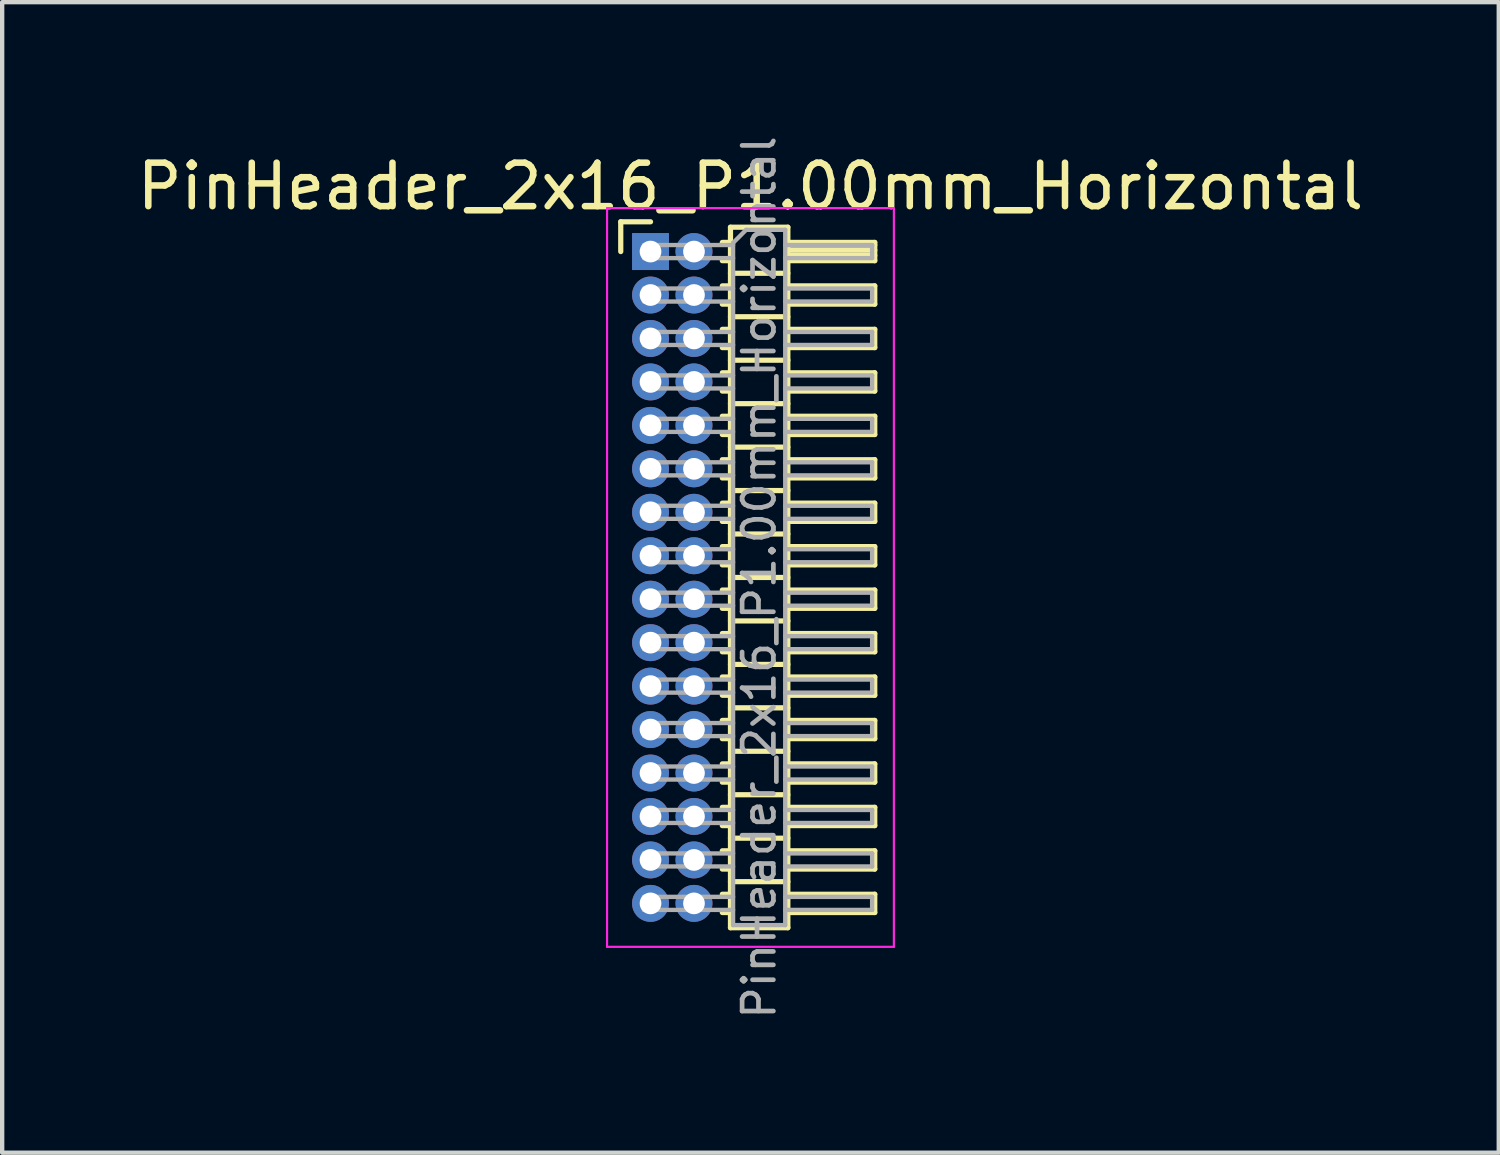
<source format=kicad_pcb>
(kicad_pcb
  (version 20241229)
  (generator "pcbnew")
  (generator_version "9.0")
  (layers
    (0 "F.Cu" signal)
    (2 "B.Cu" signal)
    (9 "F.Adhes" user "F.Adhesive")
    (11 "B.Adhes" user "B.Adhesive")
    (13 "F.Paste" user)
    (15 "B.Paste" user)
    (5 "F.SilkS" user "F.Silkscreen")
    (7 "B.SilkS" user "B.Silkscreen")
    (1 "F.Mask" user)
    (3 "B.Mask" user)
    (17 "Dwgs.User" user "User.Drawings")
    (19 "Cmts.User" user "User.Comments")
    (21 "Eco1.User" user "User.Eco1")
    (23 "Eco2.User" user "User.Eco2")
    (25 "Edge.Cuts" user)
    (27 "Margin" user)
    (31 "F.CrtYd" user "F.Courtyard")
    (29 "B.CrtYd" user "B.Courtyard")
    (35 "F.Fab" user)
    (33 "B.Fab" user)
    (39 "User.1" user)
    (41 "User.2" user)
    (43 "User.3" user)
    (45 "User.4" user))
  (footprint "PinHeader_2x16_P1.00mm_Horizontal"
    (layer "F.Cu")
    (at 11.92 2.739)
    (property "Reference" "PinHeader_2x16_P1.00mm_Horizontal" (at 2.3 -1.5 0) (layer "F.SilkS") (effects (font (size 1 1) (thickness 0.15))))
    (attr through_hole)
    (fp_line (start -0.685 -0.685) (end 0 -0.685) (stroke (width 0.12) (type solid)) (layer "F.SilkS"))
    (fp_line (start -0.685 0) (end -0.685 -0.685) (stroke (width 0.12) (type solid)) (layer "F.SilkS"))
    (fp_line (start 1.652 -0.21) (end 1.84 -0.21) (stroke (width 0.12) (type solid)) (layer "F.SilkS"))
    (fp_line (start 1.652 0.21) (end 1.84 0.21) (stroke (width 0.12) (type solid)) (layer "F.SilkS"))
    (fp_line (start 1.652 0.79) (end 1.84 0.79) (stroke (width 0.12) (type solid)) (layer "F.SilkS"))
    (fp_line (start 1.652 1.21) (end 1.84 1.21) (stroke (width 0.12) (type solid)) (layer "F.SilkS"))
    (fp_line (start 1.652 1.79) (end 1.84 1.79) (stroke (width 0.12) (type solid)) (layer "F.SilkS"))
    (fp_line (start 1.652 2.21) (end 1.84 2.21) (stroke (width 0.12) (type solid)) (layer "F.SilkS"))
    (fp_line (start 1.652 2.79) (end 1.84 2.79) (stroke (width 0.12) (type solid)) (layer "F.SilkS"))
    (fp_line (start 1.652 3.21) (end 1.84 3.21) (stroke (width 0.12) (type solid)) (layer "F.SilkS"))
    (fp_line (start 1.652 3.79) (end 1.84 3.79) (stroke (width 0.12) (type solid)) (layer "F.SilkS"))
    (fp_line (start 1.652 4.21) (end 1.84 4.21) (stroke (width 0.12) (type solid)) (layer "F.SilkS"))
    (fp_line (start 1.652 4.79) (end 1.84 4.79) (stroke (width 0.12) (type solid)) (layer "F.SilkS"))
    (fp_line (start 1.652 5.21) (end 1.84 5.21) (stroke (width 0.12) (type solid)) (layer "F.SilkS"))
    (fp_line (start 1.652 5.79) (end 1.84 5.79) (stroke (width 0.12) (type solid)) (layer "F.SilkS"))
    (fp_line (start 1.652 6.21) (end 1.84 6.21) (stroke (width 0.12) (type solid)) (layer "F.SilkS"))
    (fp_line (start 1.652 6.79) (end 1.84 6.79) (stroke (width 0.12) (type solid)) (layer "F.SilkS"))
    (fp_line (start 1.652 7.21) (end 1.84 7.21) (stroke (width 0.12) (type solid)) (layer "F.SilkS"))
    (fp_line (start 1.652 7.79) (end 1.84 7.79) (stroke (width 0.12) (type solid)) (layer "F.SilkS"))
    (fp_line (start 1.652 8.21) (end 1.84 8.21) (stroke (width 0.12) (type solid)) (layer "F.SilkS"))
    (fp_line (start 1.652 8.79) (end 1.84 8.79) (stroke (width 0.12) (type solid)) (layer "F.SilkS"))
    (fp_line (start 1.652 9.21) (end 1.84 9.21) (stroke (width 0.12) (type solid)) (layer "F.SilkS"))
    (fp_line (start 1.652 9.79) (end 1.84 9.79) (stroke (width 0.12) (type solid)) (layer "F.SilkS"))
    (fp_line (start 1.652 10.21) (end 1.84 10.21) (stroke (width 0.12) (type solid)) (layer "F.SilkS"))
    (fp_line (start 1.652 10.79) (end 1.84 10.79) (stroke (width 0.12) (type solid)) (layer "F.SilkS"))
    (fp_line (start 1.652 11.21) (end 1.84 11.21) (stroke (width 0.12) (type solid)) (layer "F.SilkS"))
    (fp_line (start 1.652 11.79) (end 1.84 11.79) (stroke (width 0.12) (type solid)) (layer "F.SilkS"))
    (fp_line (start 1.652 12.21) (end 1.84 12.21) (stroke (width 0.12) (type solid)) (layer "F.SilkS"))
    (fp_line (start 1.652 12.79) (end 1.84 12.79) (stroke (width 0.12) (type solid)) (layer "F.SilkS"))
    (fp_line (start 1.652 13.21) (end 1.84 13.21) (stroke (width 0.12) (type solid)) (layer "F.SilkS"))
    (fp_line (start 1.652 13.79) (end 1.84 13.79) (stroke (width 0.12) (type solid)) (layer "F.SilkS"))
    (fp_line (start 1.652 14.21) (end 1.84 14.21) (stroke (width 0.12) (type solid)) (layer "F.SilkS"))
    (fp_line (start 1.652 14.79) (end 1.84 14.79) (stroke (width 0.12) (type solid)) (layer "F.SilkS"))
    (fp_line (start 1.652 15.21) (end 1.84 15.21) (stroke (width 0.12) (type solid)) (layer "F.SilkS"))
    (fp_line (start 1.84 -0.56) (end 1.84 15.56) (stroke (width 0.12) (type solid)) (layer "F.SilkS"))
    (fp_line (start 1.84 0.5) (end 3.16 0.5) (stroke (width 0.12) (type solid)) (layer "F.SilkS"))
    (fp_line (start 1.84 1.5) (end 3.16 1.5) (stroke (width 0.12) (type solid)) (layer "F.SilkS"))
    (fp_line (start 1.84 2.5) (end 3.16 2.5) (stroke (width 0.12) (type solid)) (layer "F.SilkS"))
    (fp_line (start 1.84 3.5) (end 3.16 3.5) (stroke (width 0.12) (type solid)) (layer "F.SilkS"))
    (fp_line (start 1.84 4.5) (end 3.16 4.5) (stroke (width 0.12) (type solid)) (layer "F.SilkS"))
    (fp_line (start 1.84 5.5) (end 3.16 5.5) (stroke (width 0.12) (type solid)) (layer "F.SilkS"))
    (fp_line (start 1.84 6.5) (end 3.16 6.5) (stroke (width 0.12) (type solid)) (layer "F.SilkS"))
    (fp_line (start 1.84 7.5) (end 3.16 7.5) (stroke (width 0.12) (type solid)) (layer "F.SilkS"))
    (fp_line (start 1.84 8.5) (end 3.16 8.5) (stroke (width 0.12) (type solid)) (layer "F.SilkS"))
    (fp_line (start 1.84 9.5) (end 3.16 9.5) (stroke (width 0.12) (type solid)) (layer "F.SilkS"))
    (fp_line (start 1.84 10.5) (end 3.16 10.5) (stroke (width 0.12) (type solid)) (layer "F.SilkS"))
    (fp_line (start 1.84 11.5) (end 3.16 11.5) (stroke (width 0.12) (type solid)) (layer "F.SilkS"))
    (fp_line (start 1.84 12.5) (end 3.16 12.5) (stroke (width 0.12) (type solid)) (layer "F.SilkS"))
    (fp_line (start 1.84 13.5) (end 3.16 13.5) (stroke (width 0.12) (type solid)) (layer "F.SilkS"))
    (fp_line (start 1.84 14.5) (end 3.16 14.5) (stroke (width 0.12) (type solid)) (layer "F.SilkS"))
    (fp_line (start 1.84 15.56) (end 3.16 15.56) (stroke (width 0.12) (type solid)) (layer "F.SilkS"))
    (fp_line (start 3.16 -0.56) (end 1.84 -0.56) (stroke (width 0.12) (type solid)) (layer "F.SilkS"))
    (fp_line (start 3.16 -0.21) (end 5.16 -0.21) (stroke (width 0.12) (type solid)) (layer "F.SilkS"))
    (fp_line (start 3.16 -0.15) (end 5.16 -0.15) (stroke (width 0.12) (type solid)) (layer "F.SilkS"))
    (fp_line (start 3.16 -0.03) (end 5.16 -0.03) (stroke (width 0.12) (type solid)) (layer "F.SilkS"))
    (fp_line (start 3.16 0.09) (end 5.16 0.09) (stroke (width 0.12) (type solid)) (layer "F.SilkS"))
    (fp_line (start 3.16 0.79) (end 5.16 0.79) (stroke (width 0.12) (type solid)) (layer "F.SilkS"))
    (fp_line (start 3.16 1.79) (end 5.16 1.79) (stroke (width 0.12) (type solid)) (layer "F.SilkS"))
    (fp_line (start 3.16 2.79) (end 5.16 2.79) (stroke (width 0.12) (type solid)) (layer "F.SilkS"))
    (fp_line (start 3.16 3.79) (end 5.16 3.79) (stroke (width 0.12) (type solid)) (layer "F.SilkS"))
    (fp_line (start 3.16 4.79) (end 5.16 4.79) (stroke (width 0.12) (type solid)) (layer "F.SilkS"))
    (fp_line (start 3.16 5.79) (end 5.16 5.79) (stroke (width 0.12) (type solid)) (layer "F.SilkS"))
    (fp_line (start 3.16 6.79) (end 5.16 6.79) (stroke (width 0.12) (type solid)) (layer "F.SilkS"))
    (fp_line (start 3.16 7.79) (end 5.16 7.79) (stroke (width 0.12) (type solid)) (layer "F.SilkS"))
    (fp_line (start 3.16 8.79) (end 5.16 8.79) (stroke (width 0.12) (type solid)) (layer "F.SilkS"))
    (fp_line (start 3.16 9.79) (end 5.16 9.79) (stroke (width 0.12) (type solid)) (layer "F.SilkS"))
    (fp_line (start 3.16 10.79) (end 5.16 10.79) (stroke (width 0.12) (type solid)) (layer "F.SilkS"))
    (fp_line (start 3.16 11.79) (end 5.16 11.79) (stroke (width 0.12) (type solid)) (layer "F.SilkS"))
    (fp_line (start 3.16 12.79) (end 5.16 12.79) (stroke (width 0.12) (type solid)) (layer "F.SilkS"))
    (fp_line (start 3.16 13.79) (end 5.16 13.79) (stroke (width 0.12) (type solid)) (layer "F.SilkS"))
    (fp_line (start 3.16 14.79) (end 5.16 14.79) (stroke (width 0.12) (type solid)) (layer "F.SilkS"))
    (fp_line (start 3.16 15.56) (end 3.16 -0.56) (stroke (width 0.12) (type solid)) (layer "F.SilkS"))
    (fp_line (start 5.16 -0.21) (end 5.16 0.21) (stroke (width 0.12) (type solid)) (layer "F.SilkS"))
    (fp_line (start 5.16 0.21) (end 3.16 0.21) (stroke (width 0.12) (type solid)) (layer "F.SilkS"))
    (fp_line (start 5.16 0.79) (end 5.16 1.21) (stroke (width 0.12) (type solid)) (layer "F.SilkS"))
    (fp_line (start 5.16 1.21) (end 3.16 1.21) (stroke (width 0.12) (type solid)) (layer "F.SilkS"))
    (fp_line (start 5.16 1.79) (end 5.16 2.21) (stroke (width 0.12) (type solid)) (layer "F.SilkS"))
    (fp_line (start 5.16 2.21) (end 3.16 2.21) (stroke (width 0.12) (type solid)) (layer "F.SilkS"))
    (fp_line (start 5.16 2.79) (end 5.16 3.21) (stroke (width 0.12) (type solid)) (layer "F.SilkS"))
    (fp_line (start 5.16 3.21) (end 3.16 3.21) (stroke (width 0.12) (type solid)) (layer "F.SilkS"))
    (fp_line (start 5.16 3.79) (end 5.16 4.21) (stroke (width 0.12) (type solid)) (layer "F.SilkS"))
    (fp_line (start 5.16 4.21) (end 3.16 4.21) (stroke (width 0.12) (type solid)) (layer "F.SilkS"))
    (fp_line (start 5.16 4.79) (end 5.16 5.21) (stroke (width 0.12) (type solid)) (layer "F.SilkS"))
    (fp_line (start 5.16 5.21) (end 3.16 5.21) (stroke (width 0.12) (type solid)) (layer "F.SilkS"))
    (fp_line (start 5.16 5.79) (end 5.16 6.21) (stroke (width 0.12) (type solid)) (layer "F.SilkS"))
    (fp_line (start 5.16 6.21) (end 3.16 6.21) (stroke (width 0.12) (type solid)) (layer "F.SilkS"))
    (fp_line (start 5.16 6.79) (end 5.16 7.21) (stroke (width 0.12) (type solid)) (layer "F.SilkS"))
    (fp_line (start 5.16 7.21) (end 3.16 7.21) (stroke (width 0.12) (type solid)) (layer "F.SilkS"))
    (fp_line (start 5.16 7.79) (end 5.16 8.21) (stroke (width 0.12) (type solid)) (layer "F.SilkS"))
    (fp_line (start 5.16 8.21) (end 3.16 8.21) (stroke (width 0.12) (type solid)) (layer "F.SilkS"))
    (fp_line (start 5.16 8.79) (end 5.16 9.21) (stroke (width 0.12) (type solid)) (layer "F.SilkS"))
    (fp_line (start 5.16 9.21) (end 3.16 9.21) (stroke (width 0.12) (type solid)) (layer "F.SilkS"))
    (fp_line (start 5.16 9.79) (end 5.16 10.21) (stroke (width 0.12) (type solid)) (layer "F.SilkS"))
    (fp_line (start 5.16 10.21) (end 3.16 10.21) (stroke (width 0.12) (type solid)) (layer "F.SilkS"))
    (fp_line (start 5.16 10.79) (end 5.16 11.21) (stroke (width 0.12) (type solid)) (layer "F.SilkS"))
    (fp_line (start 5.16 11.21) (end 3.16 11.21) (stroke (width 0.12) (type solid)) (layer "F.SilkS"))
    (fp_line (start 5.16 11.79) (end 5.16 12.21) (stroke (width 0.12) (type solid)) (layer "F.SilkS"))
    (fp_line (start 5.16 12.21) (end 3.16 12.21) (stroke (width 0.12) (type solid)) (layer "F.SilkS"))
    (fp_line (start 5.16 12.79) (end 5.16 13.21) (stroke (width 0.12) (type solid)) (layer "F.SilkS"))
    (fp_line (start 5.16 13.21) (end 3.16 13.21) (stroke (width 0.12) (type solid)) (layer "F.SilkS"))
    (fp_line (start 5.16 13.79) (end 5.16 14.21) (stroke (width 0.12) (type solid)) (layer "F.SilkS"))
    (fp_line (start 5.16 14.21) (end 3.16 14.21) (stroke (width 0.12) (type solid)) (layer "F.SilkS"))
    (fp_line (start 5.16 14.79) (end 5.16 15.21) (stroke (width 0.12) (type solid)) (layer "F.SilkS"))
    (fp_line (start 5.16 15.21) (end 3.16 15.21) (stroke (width 0.12) (type solid)) (layer "F.SilkS"))
    (fp_line (start -1 -1) (end -1 16) (stroke (width 0.05) (type solid)) (layer "F.CrtYd"))
    (fp_line (start -1 16) (end 5.6 16) (stroke (width 0.05) (type solid)) (layer "F.CrtYd"))
    (fp_line (start 5.6 -1) (end -1 -1) (stroke (width 0.05) (type solid)) (layer "F.CrtYd"))
    (fp_line (start 5.6 16) (end 5.6 -1) (stroke (width 0.05) (type solid)) (layer "F.CrtYd"))
    (fp_line (start -0.15 -0.15) (end -0.15 0.15) (stroke (width 0.1) (type solid)) (layer "F.Fab"))
    (fp_line (start -0.15 -0.15) (end 1.9 -0.15) (stroke (width 0.1) (type solid)) (layer "F.Fab"))
    (fp_line (start -0.15 0.15) (end 1.9 0.15) (stroke (width 0.1) (type solid)) (layer "F.Fab"))
    (fp_line (start -0.15 0.85) (end -0.15 1.15) (stroke (width 0.1) (type solid)) (layer "F.Fab"))
    (fp_line (start -0.15 0.85) (end 1.9 0.85) (stroke (width 0.1) (type solid)) (layer "F.Fab"))
    (fp_line (start -0.15 1.15) (end 1.9 1.15) (stroke (width 0.1) (type solid)) (layer "F.Fab"))
    (fp_line (start -0.15 1.85) (end -0.15 2.15) (stroke (width 0.1) (type solid)) (layer "F.Fab"))
    (fp_line (start -0.15 1.85) (end 1.9 1.85) (stroke (width 0.1) (type solid)) (layer "F.Fab"))
    (fp_line (start -0.15 2.15) (end 1.9 2.15) (stroke (width 0.1) (type solid)) (layer "F.Fab"))
    (fp_line (start -0.15 2.85) (end -0.15 3.15) (stroke (width 0.1) (type solid)) (layer "F.Fab"))
    (fp_line (start -0.15 2.85) (end 1.9 2.85) (stroke (width 0.1) (type solid)) (layer "F.Fab"))
    (fp_line (start -0.15 3.15) (end 1.9 3.15) (stroke (width 0.1) (type solid)) (layer "F.Fab"))
    (fp_line (start -0.15 3.85) (end -0.15 4.15) (stroke (width 0.1) (type solid)) (layer "F.Fab"))
    (fp_line (start -0.15 3.85) (end 1.9 3.85) (stroke (width 0.1) (type solid)) (layer "F.Fab"))
    (fp_line (start -0.15 4.15) (end 1.9 4.15) (stroke (width 0.1) (type solid)) (layer "F.Fab"))
    (fp_line (start -0.15 4.85) (end -0.15 5.15) (stroke (width 0.1) (type solid)) (layer "F.Fab"))
    (fp_line (start -0.15 4.85) (end 1.9 4.85) (stroke (width 0.1) (type solid)) (layer "F.Fab"))
    (fp_line (start -0.15 5.15) (end 1.9 5.15) (stroke (width 0.1) (type solid)) (layer "F.Fab"))
    (fp_line (start -0.15 5.85) (end -0.15 6.15) (stroke (width 0.1) (type solid)) (layer "F.Fab"))
    (fp_line (start -0.15 5.85) (end 1.9 5.85) (stroke (width 0.1) (type solid)) (layer "F.Fab"))
    (fp_line (start -0.15 6.15) (end 1.9 6.15) (stroke (width 0.1) (type solid)) (layer "F.Fab"))
    (fp_line (start -0.15 6.85) (end -0.15 7.15) (stroke (width 0.1) (type solid)) (layer "F.Fab"))
    (fp_line (start -0.15 6.85) (end 1.9 6.85) (stroke (width 0.1) (type solid)) (layer "F.Fab"))
    (fp_line (start -0.15 7.15) (end 1.9 7.15) (stroke (width 0.1) (type solid)) (layer "F.Fab"))
    (fp_line (start -0.15 7.85) (end -0.15 8.15) (stroke (width 0.1) (type solid)) (layer "F.Fab"))
    (fp_line (start -0.15 7.85) (end 1.9 7.85) (stroke (width 0.1) (type solid)) (layer "F.Fab"))
    (fp_line (start -0.15 8.15) (end 1.9 8.15) (stroke (width 0.1) (type solid)) (layer "F.Fab"))
    (fp_line (start -0.15 8.85) (end -0.15 9.15) (stroke (width 0.1) (type solid)) (layer "F.Fab"))
    (fp_line (start -0.15 8.85) (end 1.9 8.85) (stroke (width 0.1) (type solid)) (layer "F.Fab"))
    (fp_line (start -0.15 9.15) (end 1.9 9.15) (stroke (width 0.1) (type solid)) (layer "F.Fab"))
    (fp_line (start -0.15 9.85) (end -0.15 10.15) (stroke (width 0.1) (type solid)) (layer "F.Fab"))
    (fp_line (start -0.15 9.85) (end 1.9 9.85) (stroke (width 0.1) (type solid)) (layer "F.Fab"))
    (fp_line (start -0.15 10.15) (end 1.9 10.15) (stroke (width 0.1) (type solid)) (layer "F.Fab"))
    (fp_line (start -0.15 10.85) (end -0.15 11.15) (stroke (width 0.1) (type solid)) (layer "F.Fab"))
    (fp_line (start -0.15 10.85) (end 1.9 10.85) (stroke (width 0.1) (type solid)) (layer "F.Fab"))
    (fp_line (start -0.15 11.15) (end 1.9 11.15) (stroke (width 0.1) (type solid)) (layer "F.Fab"))
    (fp_line (start -0.15 11.85) (end -0.15 12.15) (stroke (width 0.1) (type solid)) (layer "F.Fab"))
    (fp_line (start -0.15 11.85) (end 1.9 11.85) (stroke (width 0.1) (type solid)) (layer "F.Fab"))
    (fp_line (start -0.15 12.15) (end 1.9 12.15) (stroke (width 0.1) (type solid)) (layer "F.Fab"))
    (fp_line (start -0.15 12.85) (end -0.15 13.15) (stroke (width 0.1) (type solid)) (layer "F.Fab"))
    (fp_line (start -0.15 12.85) (end 1.9 12.85) (stroke (width 0.1) (type solid)) (layer "F.Fab"))
    (fp_line (start -0.15 13.15) (end 1.9 13.15) (stroke (width 0.1) (type solid)) (layer "F.Fab"))
    (fp_line (start -0.15 13.85) (end -0.15 14.15) (stroke (width 0.1) (type solid)) (layer "F.Fab"))
    (fp_line (start -0.15 13.85) (end 1.9 13.85) (stroke (width 0.1) (type solid)) (layer "F.Fab"))
    (fp_line (start -0.15 14.15) (end 1.9 14.15) (stroke (width 0.1) (type solid)) (layer "F.Fab"))
    (fp_line (start -0.15 14.85) (end -0.15 15.15) (stroke (width 0.1) (type solid)) (layer "F.Fab"))
    (fp_line (start -0.15 14.85) (end 1.9 14.85) (stroke (width 0.1) (type solid)) (layer "F.Fab"))
    (fp_line (start -0.15 15.15) (end 1.9 15.15) (stroke (width 0.1) (type solid)) (layer "F.Fab"))
    (fp_line (start 1.9 -0.2) (end 2.2 -0.5) (stroke (width 0.1) (type solid)) (layer "F.Fab"))
    (fp_line (start 1.9 15.5) (end 1.9 -0.2) (stroke (width 0.1) (type solid)) (layer "F.Fab"))
    (fp_line (start 2.2 -0.5) (end 3.1 -0.5) (stroke (width 0.1) (type solid)) (layer "F.Fab"))
    (fp_line (start 3.1 -0.5) (end 3.1 15.5) (stroke (width 0.1) (type solid)) (layer "F.Fab"))
    (fp_line (start 3.1 -0.15) (end 5.1 -0.15) (stroke (width 0.1) (type solid)) (layer "F.Fab"))
    (fp_line (start 3.1 0.15) (end 5.1 0.15) (stroke (width 0.1) (type solid)) (layer "F.Fab"))
    (fp_line (start 3.1 0.85) (end 5.1 0.85) (stroke (width 0.1) (type solid)) (layer "F.Fab"))
    (fp_line (start 3.1 1.15) (end 5.1 1.15) (stroke (width 0.1) (type solid)) (layer "F.Fab"))
    (fp_line (start 3.1 1.85) (end 5.1 1.85) (stroke (width 0.1) (type solid)) (layer "F.Fab"))
    (fp_line (start 3.1 2.15) (end 5.1 2.15) (stroke (width 0.1) (type solid)) (layer "F.Fab"))
    (fp_line (start 3.1 2.85) (end 5.1 2.85) (stroke (width 0.1) (type solid)) (layer "F.Fab"))
    (fp_line (start 3.1 3.15) (end 5.1 3.15) (stroke (width 0.1) (type solid)) (layer "F.Fab"))
    (fp_line (start 3.1 3.85) (end 5.1 3.85) (stroke (width 0.1) (type solid)) (layer "F.Fab"))
    (fp_line (start 3.1 4.15) (end 5.1 4.15) (stroke (width 0.1) (type solid)) (layer "F.Fab"))
    (fp_line (start 3.1 4.85) (end 5.1 4.85) (stroke (width 0.1) (type solid)) (layer "F.Fab"))
    (fp_line (start 3.1 5.15) (end 5.1 5.15) (stroke (width 0.1) (type solid)) (layer "F.Fab"))
    (fp_line (start 3.1 5.85) (end 5.1 5.85) (stroke (width 0.1) (type solid)) (layer "F.Fab"))
    (fp_line (start 3.1 6.15) (end 5.1 6.15) (stroke (width 0.1) (type solid)) (layer "F.Fab"))
    (fp_line (start 3.1 6.85) (end 5.1 6.85) (stroke (width 0.1) (type solid)) (layer "F.Fab"))
    (fp_line (start 3.1 7.15) (end 5.1 7.15) (stroke (width 0.1) (type solid)) (layer "F.Fab"))
    (fp_line (start 3.1 7.85) (end 5.1 7.85) (stroke (width 0.1) (type solid)) (layer "F.Fab"))
    (fp_line (start 3.1 8.15) (end 5.1 8.15) (stroke (width 0.1) (type solid)) (layer "F.Fab"))
    (fp_line (start 3.1 8.85) (end 5.1 8.85) (stroke (width 0.1) (type solid)) (layer "F.Fab"))
    (fp_line (start 3.1 9.15) (end 5.1 9.15) (stroke (width 0.1) (type solid)) (layer "F.Fab"))
    (fp_line (start 3.1 9.85) (end 5.1 9.85) (stroke (width 0.1) (type solid)) (layer "F.Fab"))
    (fp_line (start 3.1 10.15) (end 5.1 10.15) (stroke (width 0.1) (type solid)) (layer "F.Fab"))
    (fp_line (start 3.1 10.85) (end 5.1 10.85) (stroke (width 0.1) (type solid)) (layer "F.Fab"))
    (fp_line (start 3.1 11.15) (end 5.1 11.15) (stroke (width 0.1) (type solid)) (layer "F.Fab"))
    (fp_line (start 3.1 11.85) (end 5.1 11.85) (stroke (width 0.1) (type solid)) (layer "F.Fab"))
    (fp_line (start 3.1 12.15) (end 5.1 12.15) (stroke (width 0.1) (type solid)) (layer "F.Fab"))
    (fp_line (start 3.1 12.85) (end 5.1 12.85) (stroke (width 0.1) (type solid)) (layer "F.Fab"))
    (fp_line (start 3.1 13.15) (end 5.1 13.15) (stroke (width 0.1) (type solid)) (layer "F.Fab"))
    (fp_line (start 3.1 13.85) (end 5.1 13.85) (stroke (width 0.1) (type solid)) (layer "F.Fab"))
    (fp_line (start 3.1 14.15) (end 5.1 14.15) (stroke (width 0.1) (type solid)) (layer "F.Fab"))
    (fp_line (start 3.1 14.85) (end 5.1 14.85) (stroke (width 0.1) (type solid)) (layer "F.Fab"))
    (fp_line (start 3.1 15.15) (end 5.1 15.15) (stroke (width 0.1) (type solid)) (layer "F.Fab"))
    (fp_line (start 3.1 15.5) (end 1.9 15.5) (stroke (width 0.1) (type solid)) (layer "F.Fab"))
    (fp_line (start 5.1 -0.15) (end 5.1 0.15) (stroke (width 0.1) (type solid)) (layer "F.Fab"))
    (fp_line (start 5.1 0.85) (end 5.1 1.15) (stroke (width 0.1) (type solid)) (layer "F.Fab"))
    (fp_line (start 5.1 1.85) (end 5.1 2.15) (stroke (width 0.1) (type solid)) (layer "F.Fab"))
    (fp_line (start 5.1 2.85) (end 5.1 3.15) (stroke (width 0.1) (type solid)) (layer "F.Fab"))
    (fp_line (start 5.1 3.85) (end 5.1 4.15) (stroke (width 0.1) (type solid)) (layer "F.Fab"))
    (fp_line (start 5.1 4.85) (end 5.1 5.15) (stroke (width 0.1) (type solid)) (layer "F.Fab"))
    (fp_line (start 5.1 5.85) (end 5.1 6.15) (stroke (width 0.1) (type solid)) (layer "F.Fab"))
    (fp_line (start 5.1 6.85) (end 5.1 7.15) (stroke (width 0.1) (type solid)) (layer "F.Fab"))
    (fp_line (start 5.1 7.85) (end 5.1 8.15) (stroke (width 0.1) (type solid)) (layer "F.Fab"))
    (fp_line (start 5.1 8.85) (end 5.1 9.15) (stroke (width 0.1) (type solid)) (layer "F.Fab"))
    (fp_line (start 5.1 9.85) (end 5.1 10.15) (stroke (width 0.1) (type solid)) (layer "F.Fab"))
    (fp_line (start 5.1 10.85) (end 5.1 11.15) (stroke (width 0.1) (type solid)) (layer "F.Fab"))
    (fp_line (start 5.1 11.85) (end 5.1 12.15) (stroke (width 0.1) (type solid)) (layer "F.Fab"))
    (fp_line (start 5.1 12.85) (end 5.1 13.15) (stroke (width 0.1) (type solid)) (layer "F.Fab"))
    (fp_line (start 5.1 13.85) (end 5.1 14.15) (stroke (width 0.1) (type solid)) (layer "F.Fab"))
    (fp_line (start 5.1 14.85) (end 5.1 15.15) (stroke (width 0.1) (type solid)) (layer "F.Fab"))
    (fp_text user "${REFERENCE}" (at 2.5 7.5 90) (layer "F.Fab") (effects (font (size 0.72 0.72) (thickness 0.108))))
    (pad "1" thru_hole rect (at 0 0) (size 0.85 0.85) (drill 0.5) (layers "*.Cu" "*.Mask"))
    (pad "2" thru_hole oval (at 1 0) (size 0.85 0.85) (drill 0.5) (layers "*.Cu" "*.Mask"))
    (pad "3" thru_hole oval (at 0 1) (size 0.85 0.85) (drill 0.5) (layers "*.Cu" "*.Mask"))
    (pad "4" thru_hole oval (at 1 1) (size 0.85 0.85) (drill 0.5) (layers "*.Cu" "*.Mask"))
    (pad "5" thru_hole oval (at 0 2) (size 0.85 0.85) (drill 0.5) (layers "*.Cu" "*.Mask"))
    (pad "6" thru_hole oval (at 1 2) (size 0.85 0.85) (drill 0.5) (layers "*.Cu" "*.Mask"))
    (pad "7" thru_hole oval (at 0 3) (size 0.85 0.85) (drill 0.5) (layers "*.Cu" "*.Mask"))
    (pad "8" thru_hole oval (at 1 3) (size 0.85 0.85) (drill 0.5) (layers "*.Cu" "*.Mask"))
    (pad "9" thru_hole oval (at 0 4) (size 0.85 0.85) (drill 0.5) (layers "*.Cu" "*.Mask"))
    (pad "10" thru_hole oval (at 1 4) (size 0.85 0.85) (drill 0.5) (layers "*.Cu" "*.Mask"))
    (pad "11" thru_hole oval (at 0 5) (size 0.85 0.85) (drill 0.5) (layers "*.Cu" "*.Mask"))
    (pad "12" thru_hole oval (at 1 5) (size 0.85 0.85) (drill 0.5) (layers "*.Cu" "*.Mask"))
    (pad "13" thru_hole oval (at 0 6) (size 0.85 0.85) (drill 0.5) (layers "*.Cu" "*.Mask"))
    (pad "14" thru_hole oval (at 1 6) (size 0.85 0.85) (drill 0.5) (layers "*.Cu" "*.Mask"))
    (pad "15" thru_hole oval (at 0 7) (size 0.85 0.85) (drill 0.5) (layers "*.Cu" "*.Mask"))
    (pad "16" thru_hole oval (at 1 7) (size 0.85 0.85) (drill 0.5) (layers "*.Cu" "*.Mask"))
    (pad "17" thru_hole oval (at 0 8) (size 0.85 0.85) (drill 0.5) (layers "*.Cu" "*.Mask"))
    (pad "18" thru_hole oval (at 1 8) (size 0.85 0.85) (drill 0.5) (layers "*.Cu" "*.Mask"))
    (pad "19" thru_hole oval (at 0 9) (size 0.85 0.85) (drill 0.5) (layers "*.Cu" "*.Mask"))
    (pad "20" thru_hole oval (at 1 9) (size 0.85 0.85) (drill 0.5) (layers "*.Cu" "*.Mask"))
    (pad "21" thru_hole oval (at 0 10) (size 0.85 0.85) (drill 0.5) (layers "*.Cu" "*.Mask"))
    (pad "22" thru_hole oval (at 1 10) (size 0.85 0.85) (drill 0.5) (layers "*.Cu" "*.Mask"))
    (pad "23" thru_hole oval (at 0 11) (size 0.85 0.85) (drill 0.5) (layers "*.Cu" "*.Mask"))
    (pad "24" thru_hole oval (at 1 11) (size 0.85 0.85) (drill 0.5) (layers "*.Cu" "*.Mask"))
    (pad "25" thru_hole oval (at 0 12) (size 0.85 0.85) (drill 0.5) (layers "*.Cu" "*.Mask"))
    (pad "26" thru_hole oval (at 1 12) (size 0.85 0.85) (drill 0.5) (layers "*.Cu" "*.Mask"))
    (pad "27" thru_hole oval (at 0 13) (size 0.85 0.85) (drill 0.5) (layers "*.Cu" "*.Mask"))
    (pad "28" thru_hole oval (at 1 13) (size 0.85 0.85) (drill 0.5) (layers "*.Cu" "*.Mask"))
    (pad "29" thru_hole oval (at 0 14) (size 0.85 0.85) (drill 0.5) (layers "*.Cu" "*.Mask"))
    (pad "30" thru_hole oval (at 1 14) (size 0.85 0.85) (drill 0.5) (layers "*.Cu" "*.Mask"))
    (pad "31" thru_hole oval (at 0 15) (size 0.85 0.85) (drill 0.5) (layers "*.Cu" "*.Mask"))
    (pad "32" thru_hole oval (at 1 15) (size 0.85 0.85) (drill 0.5) (layers "*.Cu" "*.Mask")))
  (gr_rect
    (start -3 -3)
    (end 31.44 23.477)
    (stroke (width 0.1) (type default))
    (fill no)
    (layer "Edge.Cuts")))
</source>
